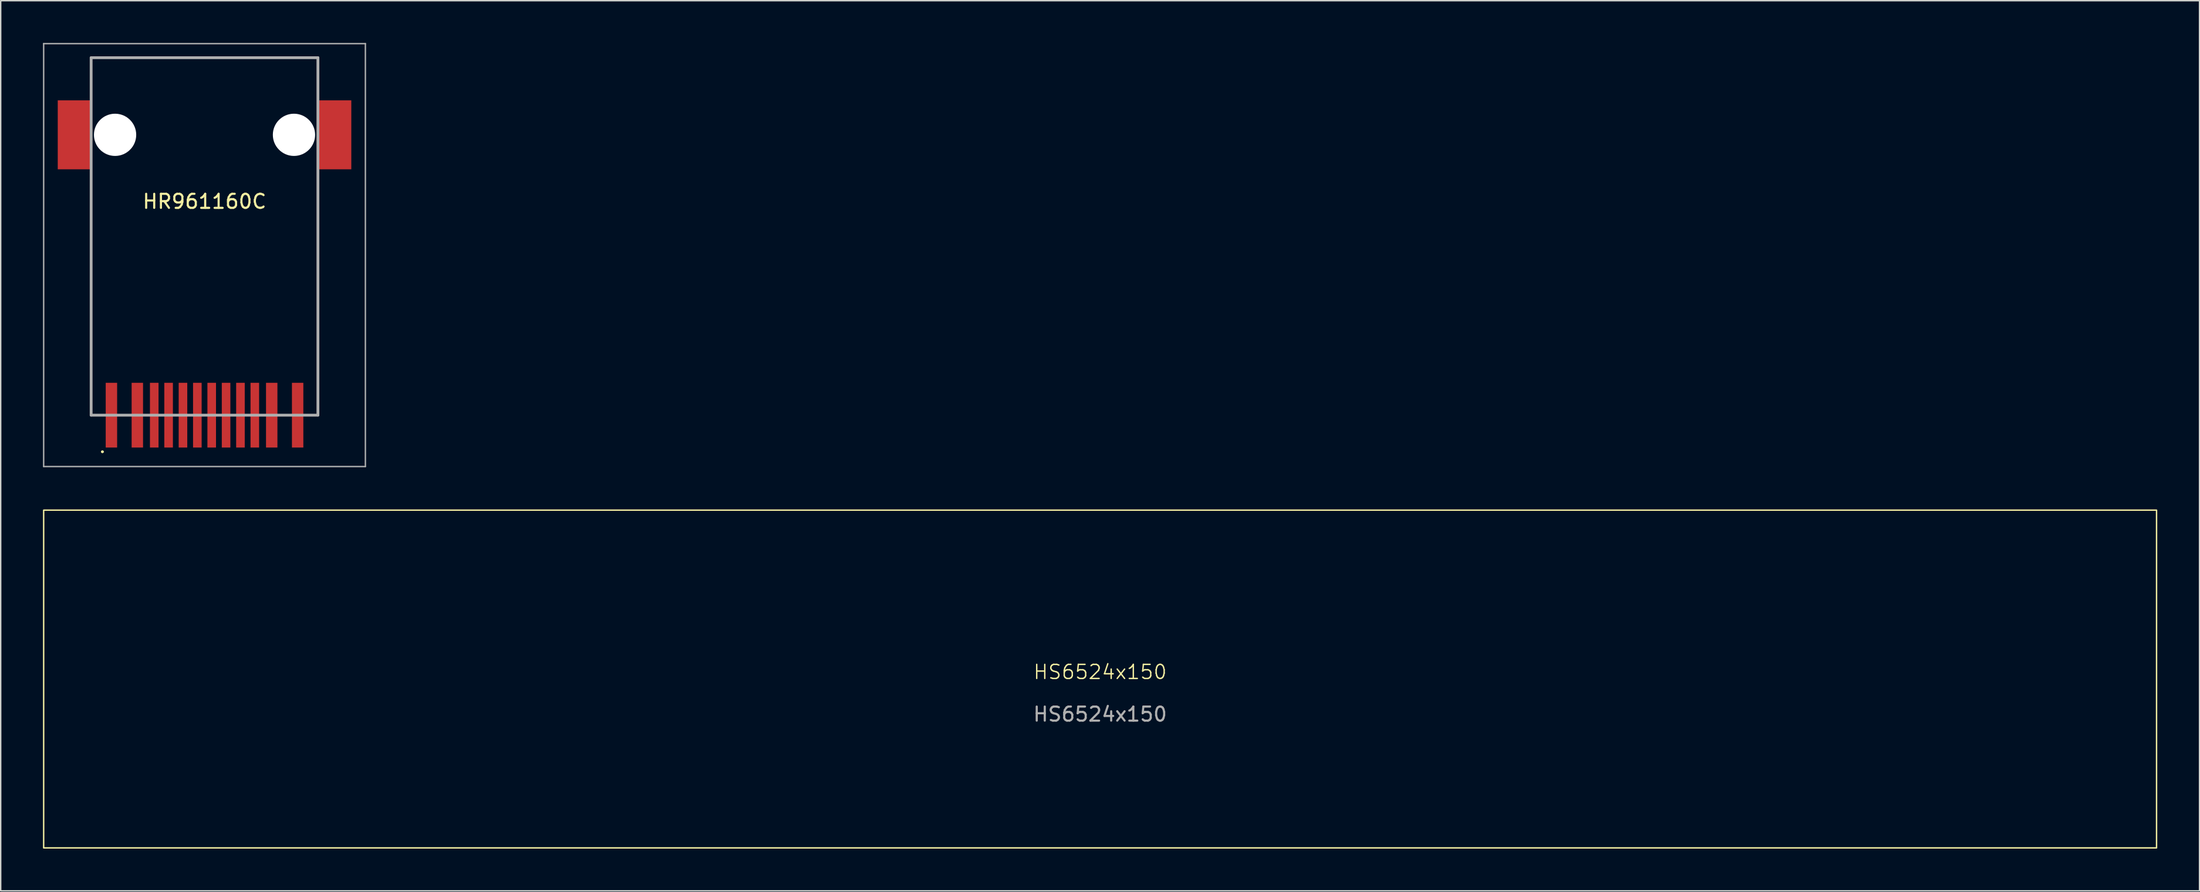
<source format=kicad_pcb>
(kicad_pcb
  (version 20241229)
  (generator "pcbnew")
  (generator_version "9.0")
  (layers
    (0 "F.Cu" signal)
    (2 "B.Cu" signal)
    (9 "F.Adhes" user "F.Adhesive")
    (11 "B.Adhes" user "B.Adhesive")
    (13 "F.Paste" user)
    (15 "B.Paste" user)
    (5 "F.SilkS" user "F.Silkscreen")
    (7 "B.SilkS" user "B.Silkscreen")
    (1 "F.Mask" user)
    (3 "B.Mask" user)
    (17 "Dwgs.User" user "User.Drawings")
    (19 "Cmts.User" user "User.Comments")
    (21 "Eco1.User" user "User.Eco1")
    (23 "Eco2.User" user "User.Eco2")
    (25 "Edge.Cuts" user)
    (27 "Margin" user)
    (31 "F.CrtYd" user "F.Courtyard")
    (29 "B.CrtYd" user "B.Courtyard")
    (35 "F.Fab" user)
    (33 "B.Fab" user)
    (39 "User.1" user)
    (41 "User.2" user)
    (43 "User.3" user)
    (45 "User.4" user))
  (footprint "HS6524x150"
    (layer "F.Cu")
    (at 75.05 45.2)
    (property "Reference" "HS6524x150" (at 0 -0.5 0) (unlocked yes) (layer "F.SilkS") (effects (font (size 1 1) (thickness 0.1))))
    (fp_rect (start -75 12) (end 75 -12) (stroke (width 0.1) (type default)) (fill no) (layer "F.SilkS"))
    (fp_text user "${REFERENCE}" (at 0 2.5 0) (unlocked yes) (layer "F.Fab") (effects (font (size 1 1) (thickness 0.15)))))
  (footprint "HR961160C"
    (layer "F.Cu")
    (at 11.47 15.075)
    (property "Reference" "HR961160C" (at 0 -3.81 0) (layer "F.SilkS") (effects (font (size 1 1) (thickness 0.15))))
    (attr smd)
    (fp_line (start -8.05 -14.025) (end 8.05 -14.025) (stroke (width 0.1) (type solid)) (layer "F.SilkS"))
    (fp_line (start -8.05 -11.625) (end -8.05 -14.025) (stroke (width 0.1) (type solid)) (layer "F.SilkS"))
    (fp_line (start -8.05 -5.625) (end -8.05 11.375) (stroke (width 0.1) (type solid)) (layer "F.SilkS"))
    (fp_line (start 8.05 -14.025) (end 8.05 -11.625) (stroke (width 0.1) (type solid)) (layer "F.SilkS"))
    (fp_line (start 8.05 11.375) (end 8.05 -5.625) (stroke (width 0.1) (type solid)) (layer "F.SilkS"))
    (fp_arc (start -7.3 13.975) (mid -7.25 13.925) (end -7.2 13.975) (stroke (width 0.1) (type solid)) (layer "F.SilkS"))
    (fp_arc (start -7.2 13.975) (mid -7.25 14.025) (end -7.3 13.975) (stroke (width 0.1) (type solid)) (layer "F.SilkS"))
    (fp_line (start -11.42 -15.025) (end 11.42 -15.025) (stroke (width 0.1) (type solid)) (layer "F.Fab"))
    (fp_line (start -11.42 15.025) (end -11.42 -15.025) (stroke (width 0.1) (type solid)) (layer "F.Fab"))
    (fp_line (start -8.05 -14.025) (end 8.05 -14.025) (stroke (width 0.2) (type solid)) (layer "F.Fab"))
    (fp_line (start -8.05 11.375) (end -8.05 -14.025) (stroke (width 0.2) (type solid)) (layer "F.Fab"))
    (fp_line (start 8.05 -14.025) (end 8.05 11.375) (stroke (width 0.2) (type solid)) (layer "F.Fab"))
    (fp_line (start 8.05 11.375) (end -8.05 11.375) (stroke (width 0.2) (type solid)) (layer "F.Fab"))
    (fp_line (start 11.42 -15.025) (end 11.42 15.025) (stroke (width 0.1) (type solid)) (layer "F.Fab"))
    (fp_line (start 11.42 15.025) (end -11.42 15.025) (stroke (width 0.1) (type solid)) (layer "F.Fab"))
    (pad "" np_thru_hole circle (at -6.35 -8.545) (size 3 3) (drill 3) (layers "*.Cu" "*.Mask"))
    (pad "" np_thru_hole circle (at 6.35 -8.545) (size 3 3) (drill 3) (layers "*.Cu" "*.Mask"))
    (pad "1" smd rect (at -6.61 11.375 90) (size 4.6 0.81) (layers "F.Cu" "F.Mask" "F.Paste"))
    (pad "2" smd rect (at -4.77 11.375 90) (size 4.6 0.81) (layers "F.Cu" "F.Mask" "F.Paste"))
    (pad "3" smd rect (at -3.57 11.375 90) (size 4.6 0.61) (layers "F.Cu" "F.Mask" "F.Paste"))
    (pad "4" smd rect (at -2.55 11.375 90) (size 4.6 0.61) (layers "F.Cu" "F.Mask" "F.Paste"))
    (pad "5" smd rect (at -1.53 11.375 90) (size 4.6 0.61) (layers "F.Cu" "F.Mask" "F.Paste"))
    (pad "6" smd rect (at -0.51 11.375 90) (size 4.6 0.61) (layers "F.Cu" "F.Mask" "F.Paste"))
    (pad "7" smd rect (at 0.51 11.375 90) (size 4.6 0.61) (layers "F.Cu" "F.Mask" "F.Paste"))
    (pad "8" smd rect (at 1.53 11.375 90) (size 4.6 0.61) (layers "F.Cu" "F.Mask" "F.Paste"))
    (pad "9" smd rect (at 2.55 11.375 90) (size 4.6 0.61) (layers "F.Cu" "F.Mask" "F.Paste"))
    (pad "10" smd rect (at 3.57 11.375 90) (size 4.6 0.61) (layers "F.Cu" "F.Mask" "F.Paste"))
    (pad "11" smd rect (at 4.77 11.375 90) (size 4.6 0.81) (layers "F.Cu" "F.Mask" "F.Paste"))
    (pad "12" smd rect (at 6.61 11.375 90) (size 4.6 0.81) (layers "F.Cu" "F.Mask" "F.Paste"))
    (pad "13" smd rect (at -9.274 -8.545 90) (size 4.9 2.292) (layers "F.Cu" "F.Mask" "F.Paste"))
    (pad "14" smd rect (at 9.274 -8.545 90) (size 4.9 2.292) (layers "F.Cu" "F.Mask" "F.Paste")))
  (gr_rect
    (start -3 -3)
    (end 153.1 60.25)
    (stroke (width 0.1) (type default))
    (fill no)
    (layer "Edge.Cuts")))
</source>
